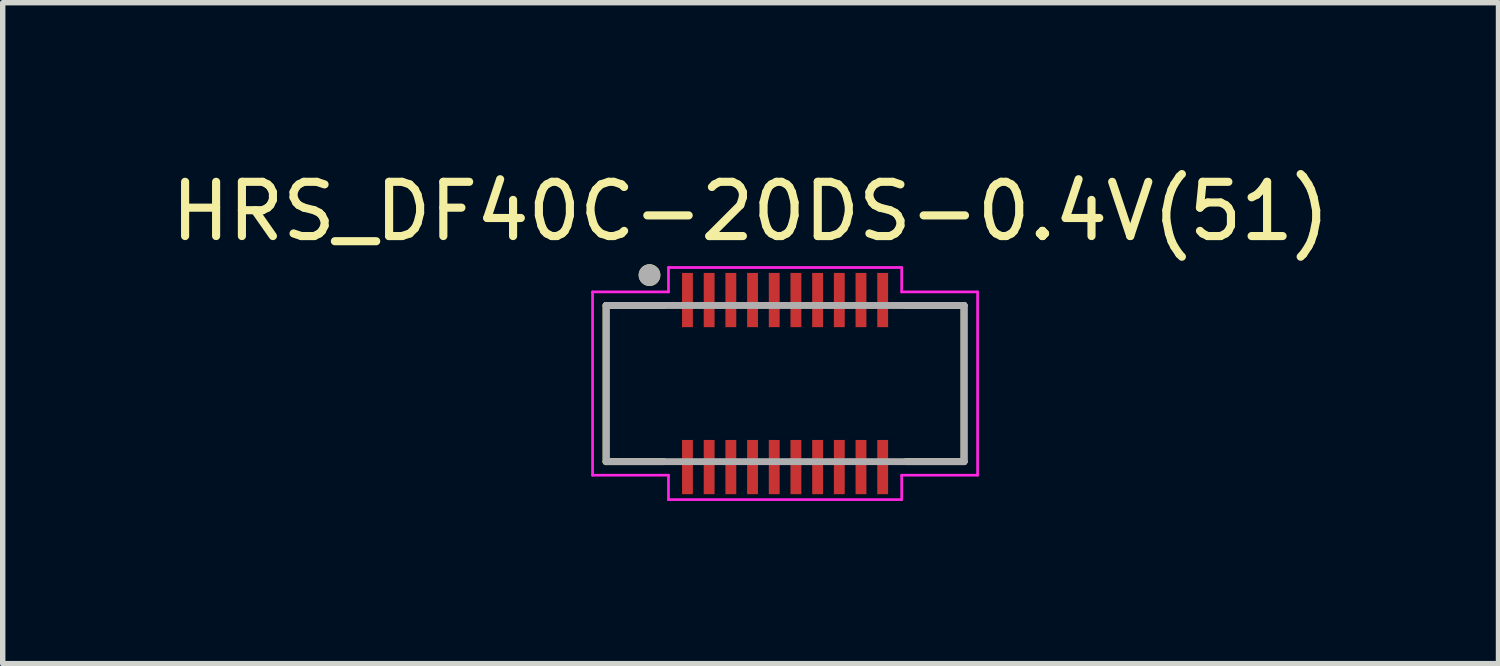
<source format=kicad_pcb>
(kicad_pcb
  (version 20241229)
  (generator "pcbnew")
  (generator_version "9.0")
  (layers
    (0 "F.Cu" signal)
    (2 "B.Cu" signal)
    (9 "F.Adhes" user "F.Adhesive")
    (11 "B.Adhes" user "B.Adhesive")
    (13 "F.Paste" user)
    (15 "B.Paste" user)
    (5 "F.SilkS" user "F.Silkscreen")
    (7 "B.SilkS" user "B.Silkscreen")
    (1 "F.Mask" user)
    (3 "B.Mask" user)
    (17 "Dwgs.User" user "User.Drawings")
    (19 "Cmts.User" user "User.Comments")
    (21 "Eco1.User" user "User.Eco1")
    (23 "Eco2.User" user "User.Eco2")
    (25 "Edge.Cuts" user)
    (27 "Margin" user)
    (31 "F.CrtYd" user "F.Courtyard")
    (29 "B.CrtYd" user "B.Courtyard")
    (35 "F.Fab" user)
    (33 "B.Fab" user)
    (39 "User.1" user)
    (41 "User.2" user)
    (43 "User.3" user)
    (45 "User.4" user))
  (footprint "HRS_DF40C-20DS-0.4V(51)"
    (layer "F.Cu")
    (at 11.427 4.023)
    (property "Reference" "HRS_DF40C-20DS-0.4V(51)" (at -0.635 -3.175 0) (layer "F.SilkS") (effects (font (size 1 1) (thickness 0.15))))
    (attr through_hole)
    (fp_line (start -3.3 -1.44) (end -3.3 1.44) (stroke (width 0.127) (type solid)) (layer "F.SilkS"))
    (fp_line (start -3.3 1.44) (end -2.23 1.44) (stroke (width 0.127) (type solid)) (layer "F.SilkS"))
    (fp_line (start -2.23 -1.44) (end -3.3 -1.44) (stroke (width 0.127) (type solid)) (layer "F.SilkS"))
    (fp_line (start 2.23 -1.44) (end 3.3 -1.44) (stroke (width 0.127) (type solid)) (layer "F.SilkS"))
    (fp_line (start 3.3 -1.44) (end 3.3 1.44) (stroke (width 0.127) (type solid)) (layer "F.SilkS"))
    (fp_line (start 3.3 1.44) (end 2.23 1.44) (stroke (width 0.127) (type solid)) (layer "F.SilkS"))
    (fp_circle (center -2.5 -2) (end -2.4 -2) (stroke (width 0.2) (type solid)) (fill no) (layer "F.SilkS"))
    (fp_poly (pts (xy -1.88 -1.82) (xy -1.72 -1.82) (xy -1.72 -1.26) (xy -1.88 -1.26)) (stroke (width 0.01) (type solid)) (fill yes) (layer "F.Paste"))
    (fp_poly (pts (xy -1.88 1.26) (xy -1.72 1.26) (xy -1.72 1.82) (xy -1.88 1.82)) (stroke (width 0.01) (type solid)) (fill yes) (layer "F.Paste"))
    (fp_poly (pts (xy -1.48 -1.82) (xy -1.32 -1.82) (xy -1.32 -1.26) (xy -1.48 -1.26)) (stroke (width 0.01) (type solid)) (fill yes) (layer "F.Paste"))
    (fp_poly (pts (xy -1.48 1.26) (xy -1.32 1.26) (xy -1.32 1.82) (xy -1.48 1.82)) (stroke (width 0.01) (type solid)) (fill yes) (layer "F.Paste"))
    (fp_poly (pts (xy -1.08 -1.82) (xy -0.92 -1.82) (xy -0.92 -1.26) (xy -1.08 -1.26)) (stroke (width 0.01) (type solid)) (fill yes) (layer "F.Paste"))
    (fp_poly (pts (xy -1.08 1.26) (xy -0.92 1.26) (xy -0.92 1.82) (xy -1.08 1.82)) (stroke (width 0.01) (type solid)) (fill yes) (layer "F.Paste"))
    (fp_poly (pts (xy -0.68 -1.82) (xy -0.52 -1.82) (xy -0.52 -1.26) (xy -0.68 -1.26)) (stroke (width 0.01) (type solid)) (fill yes) (layer "F.Paste"))
    (fp_poly (pts (xy -0.68 1.26) (xy -0.52 1.26) (xy -0.52 1.82) (xy -0.68 1.82)) (stroke (width 0.01) (type solid)) (fill yes) (layer "F.Paste"))
    (fp_poly (pts (xy -0.28 -1.82) (xy -0.12 -1.82) (xy -0.12 -1.26) (xy -0.28 -1.26)) (stroke (width 0.01) (type solid)) (fill yes) (layer "F.Paste"))
    (fp_poly (pts (xy -0.28 1.26) (xy -0.12 1.26) (xy -0.12 1.82) (xy -0.28 1.82)) (stroke (width 0.01) (type solid)) (fill yes) (layer "F.Paste"))
    (fp_poly (pts (xy 0.12 -1.82) (xy 0.28 -1.82) (xy 0.28 -1.26) (xy 0.12 -1.26)) (stroke (width 0.01) (type solid)) (fill yes) (layer "F.Paste"))
    (fp_poly (pts (xy 0.12 1.26) (xy 0.28 1.26) (xy 0.28 1.82) (xy 0.12 1.82)) (stroke (width 0.01) (type solid)) (fill yes) (layer "F.Paste"))
    (fp_poly (pts (xy 0.52 -1.82) (xy 0.68 -1.82) (xy 0.68 -1.26) (xy 0.52 -1.26)) (stroke (width 0.01) (type solid)) (fill yes) (layer "F.Paste"))
    (fp_poly (pts (xy 0.52 1.26) (xy 0.68 1.26) (xy 0.68 1.82) (xy 0.52 1.82)) (stroke (width 0.01) (type solid)) (fill yes) (layer "F.Paste"))
    (fp_poly (pts (xy 0.92 -1.82) (xy 1.08 -1.82) (xy 1.08 -1.26) (xy 0.92 -1.26)) (stroke (width 0.01) (type solid)) (fill yes) (layer "F.Paste"))
    (fp_poly (pts (xy 0.92 1.26) (xy 1.08 1.26) (xy 1.08 1.82) (xy 0.92 1.82)) (stroke (width 0.01) (type solid)) (fill yes) (layer "F.Paste"))
    (fp_poly (pts (xy 1.32 -1.82) (xy 1.48 -1.82) (xy 1.48 -1.26) (xy 1.32 -1.26)) (stroke (width 0.01) (type solid)) (fill yes) (layer "F.Paste"))
    (fp_poly (pts (xy 1.32 1.26) (xy 1.48 1.26) (xy 1.48 1.82) (xy 1.32 1.82)) (stroke (width 0.01) (type solid)) (fill yes) (layer "F.Paste"))
    (fp_poly (pts (xy 1.72 -1.82) (xy 1.88 -1.82) (xy 1.88 -1.26) (xy 1.72 -1.26)) (stroke (width 0.01) (type solid)) (fill yes) (layer "F.Paste"))
    (fp_poly (pts (xy 1.72 1.26) (xy 1.88 1.26) (xy 1.88 1.82) (xy 1.72 1.82)) (stroke (width 0.01) (type solid)) (fill yes) (layer "F.Paste"))
    (fp_line (start -3.55 -1.69) (end -2.15 -1.69) (stroke (width 0.05) (type solid)) (layer "F.CrtYd"))
    (fp_line (start -3.55 1.69) (end -3.55 -1.69) (stroke (width 0.05) (type solid)) (layer "F.CrtYd"))
    (fp_line (start -2.15 -2.14) (end 2.15 -2.14) (stroke (width 0.05) (type solid)) (layer "F.CrtYd"))
    (fp_line (start -2.15 -1.69) (end -2.15 -2.14) (stroke (width 0.05) (type solid)) (layer "F.CrtYd"))
    (fp_line (start -2.15 1.69) (end -3.55 1.69) (stroke (width 0.05) (type solid)) (layer "F.CrtYd"))
    (fp_line (start -2.15 2.14) (end -2.15 1.69) (stroke (width 0.05) (type solid)) (layer "F.CrtYd"))
    (fp_line (start 2.15 -2.14) (end 2.15 -1.69) (stroke (width 0.05) (type solid)) (layer "F.CrtYd"))
    (fp_line (start 2.15 -1.69) (end 3.55 -1.69) (stroke (width 0.05) (type solid)) (layer "F.CrtYd"))
    (fp_line (start 2.15 1.69) (end 2.15 2.14) (stroke (width 0.05) (type solid)) (layer "F.CrtYd"))
    (fp_line (start 2.15 2.14) (end -2.15 2.14) (stroke (width 0.05) (type solid)) (layer "F.CrtYd"))
    (fp_line (start 3.55 -1.69) (end 3.55 1.69) (stroke (width 0.05) (type solid)) (layer "F.CrtYd"))
    (fp_line (start 3.55 1.69) (end 2.15 1.69) (stroke (width 0.05) (type solid)) (layer "F.CrtYd"))
    (fp_line (start -3.3 -1.44) (end 3.3 -1.44) (stroke (width 0.127) (type solid)) (layer "F.Fab"))
    (fp_line (start -3.3 1.44) (end -3.3 -1.44) (stroke (width 0.127) (type solid)) (layer "F.Fab"))
    (fp_line (start 3.3 -1.44) (end 3.3 1.44) (stroke (width 0.127) (type solid)) (layer "F.Fab"))
    (fp_line (start 3.3 1.44) (end -3.3 1.44) (stroke (width 0.127) (type solid)) (layer "F.Fab"))
    (fp_circle (center -2.5 -2) (end -2.4 -2) (stroke (width 0.2) (type solid)) (fill no) (layer "F.Fab"))
    (pad "1" smd rect (at -1.8 -1.54) (size 0.2 1) (layers "F.Cu" "F.Mask"))
    (pad "2" smd rect (at -1.8 1.54) (size 0.2 1) (layers "F.Cu" "F.Mask"))
    (pad "3" smd rect (at -1.4 -1.54) (size 0.2 1) (layers "F.Cu" "F.Mask"))
    (pad "4" smd rect (at -1.4 1.54) (size 0.2 1) (layers "F.Cu" "F.Mask"))
    (pad "5" smd rect (at -1 -1.54) (size 0.2 1) (layers "F.Cu" "F.Mask"))
    (pad "6" smd rect (at -1 1.54) (size 0.2 1) (layers "F.Cu" "F.Mask"))
    (pad "7" smd rect (at -0.6 -1.54) (size 0.2 1) (layers "F.Cu" "F.Mask"))
    (pad "8" smd rect (at -0.6 1.54) (size 0.2 1) (layers "F.Cu" "F.Mask"))
    (pad "9" smd rect (at -0.2 -1.54) (size 0.2 1) (layers "F.Cu" "F.Mask"))
    (pad "10" smd rect (at -0.2 1.54) (size 0.2 1) (layers "F.Cu" "F.Mask"))
    (pad "11" smd rect (at 0.2 -1.54) (size 0.2 1) (layers "F.Cu" "F.Mask"))
    (pad "12" smd rect (at 0.2 1.54) (size 0.2 1) (layers "F.Cu" "F.Mask"))
    (pad "13" smd rect (at 0.6 -1.54) (size 0.2 1) (layers "F.Cu" "F.Mask"))
    (pad "14" smd rect (at 0.6 1.54) (size 0.2 1) (layers "F.Cu" "F.Mask"))
    (pad "15" smd rect (at 1 -1.54) (size 0.2 1) (layers "F.Cu" "F.Mask"))
    (pad "16" smd rect (at 1 1.54) (size 0.2 1) (layers "F.Cu" "F.Mask"))
    (pad "17" smd rect (at 1.4 -1.54) (size 0.2 1) (layers "F.Cu" "F.Mask"))
    (pad "18" smd rect (at 1.4 1.54) (size 0.2 1) (layers "F.Cu" "F.Mask"))
    (pad "19" smd rect (at 1.8 -1.54) (size 0.2 1) (layers "F.Cu" "F.Mask"))
    (pad "20" smd rect (at 1.8 1.54) (size 0.2 1) (layers "F.Cu" "F.Mask"))
    (zone (net_name "") (layer "F.Cu") (hatch full 0.508) (connect_pads) (min_thickness 0.01) (filled_areas_thickness no) (keepout (tracks not_allowed) (vias not_allowed) (pads not_allowed) (copperpour not_allowed) (footprints allowed)) (placement (enabled no)) (fill) (polygon (pts (xy 9.527 2.833) (xy 9.727 2.833) (xy 9.727 3.273) (xy 9.527 3.273))))
    (zone (net_name "") (layer "F.Cu") (hatch full 0.508) (connect_pads) (min_thickness 0.01) (filled_areas_thickness no) (keepout (tracks not_allowed) (vias not_allowed) (pads not_allowed) (copperpour not_allowed) (footprints allowed)) (placement (enabled no)) (fill) (polygon (pts (xy 9.527 4.773) (xy 9.727 4.773) (xy 9.727 5.213) (xy 9.527 5.213))))
    (zone (net_name "") (layer "F.Cu") (hatch full 0.508) (connect_pads) (min_thickness 0.01) (filled_areas_thickness no) (keepout (tracks not_allowed) (vias not_allowed) (pads not_allowed) (copperpour not_allowed) (footprints allowed)) (placement (enabled no)) (fill) (polygon (pts (xy 9.927 2.833) (xy 10.127 2.833) (xy 10.127 3.273) (xy 9.927 3.273))))
    (zone (net_name "") (layer "F.Cu") (hatch full 0.508) (connect_pads) (min_thickness 0.01) (filled_areas_thickness no) (keepout (tracks not_allowed) (vias not_allowed) (pads not_allowed) (copperpour not_allowed) (footprints allowed)) (placement (enabled no)) (fill) (polygon (pts (xy 9.927 4.773) (xy 10.127 4.773) (xy 10.127 5.213) (xy 9.927 5.213))))
    (zone (net_name "") (layer "F.Cu") (hatch full 0.508) (connect_pads) (min_thickness 0.01) (filled_areas_thickness no) (keepout (tracks not_allowed) (vias not_allowed) (pads not_allowed) (copperpour not_allowed) (footprints allowed)) (placement (enabled no)) (fill) (polygon (pts (xy 10.327 2.833) (xy 10.527 2.833) (xy 10.527 3.273) (xy 10.327 3.273))))
    (zone (net_name "") (layer "F.Cu") (hatch full 0.508) (connect_pads) (min_thickness 0.01) (filled_areas_thickness no) (keepout (tracks not_allowed) (vias not_allowed) (pads not_allowed) (copperpour not_allowed) (footprints allowed)) (placement (enabled no)) (fill) (polygon (pts (xy 10.327 4.773) (xy 10.527 4.773) (xy 10.527 5.213) (xy 10.327 5.213))))
    (zone (net_name "") (layer "F.Cu") (hatch full 0.508) (connect_pads) (min_thickness 0.01) (filled_areas_thickness no) (keepout (tracks not_allowed) (vias not_allowed) (pads not_allowed) (copperpour not_allowed) (footprints allowed)) (placement (enabled no)) (fill) (polygon (pts (xy 10.727 2.833) (xy 10.927 2.833) (xy 10.927 3.273) (xy 10.727 3.273))))
    (zone (net_name "") (layer "F.Cu") (hatch full 0.508) (connect_pads) (min_thickness 0.01) (filled_areas_thickness no) (keepout (tracks not_allowed) (vias not_allowed) (pads not_allowed) (copperpour not_allowed) (footprints allowed)) (placement (enabled no)) (fill) (polygon (pts (xy 10.727 4.773) (xy 10.927 4.773) (xy 10.927 5.213) (xy 10.727 5.213))))
    (zone (net_name "") (layer "F.Cu") (hatch full 0.508) (connect_pads) (min_thickness 0.01) (filled_areas_thickness no) (keepout (tracks not_allowed) (vias not_allowed) (pads not_allowed) (copperpour not_allowed) (footprints allowed)) (placement (enabled no)) (fill) (polygon (pts (xy 11.127 2.833) (xy 11.327 2.833) (xy 11.327 3.273) (xy 11.127 3.273))))
    (zone (net_name "") (layer "F.Cu") (hatch full 0.508) (connect_pads) (min_thickness 0.01) (filled_areas_thickness no) (keepout (tracks not_allowed) (vias not_allowed) (pads not_allowed) (copperpour not_allowed) (footprints allowed)) (placement (enabled no)) (fill) (polygon (pts (xy 11.127 4.773) (xy 11.327 4.773) (xy 11.327 5.213) (xy 11.127 5.213))))
    (zone (net_name "") (layer "F.Cu") (hatch full 0.508) (connect_pads) (min_thickness 0.01) (filled_areas_thickness no) (keepout (tracks not_allowed) (vias not_allowed) (pads not_allowed) (copperpour not_allowed) (footprints allowed)) (placement (enabled no)) (fill) (polygon (pts (xy 11.527 2.833) (xy 11.727 2.833) (xy 11.727 3.273) (xy 11.527 3.273))))
    (zone (net_name "") (layer "F.Cu") (hatch full 0.508) (connect_pads) (min_thickness 0.01) (filled_areas_thickness no) (keepout (tracks not_allowed) (vias not_allowed) (pads not_allowed) (copperpour not_allowed) (footprints allowed)) (placement (enabled no)) (fill) (polygon (pts (xy 11.527 4.773) (xy 11.727 4.773) (xy 11.727 5.213) (xy 11.527 5.213))))
    (zone (net_name "") (layer "F.Cu") (hatch full 0.508) (connect_pads) (min_thickness 0.01) (filled_areas_thickness no) (keepout (tracks not_allowed) (vias not_allowed) (pads not_allowed) (copperpour not_allowed) (footprints allowed)) (placement (enabled no)) (fill) (polygon (pts (xy 11.927 2.833) (xy 12.127 2.833) (xy 12.127 3.273) (xy 11.927 3.273))))
    (zone (net_name "") (layer "F.Cu") (hatch full 0.508) (connect_pads) (min_thickness 0.01) (filled_areas_thickness no) (keepout (tracks not_allowed) (vias not_allowed) (pads not_allowed) (copperpour not_allowed) (footprints allowed)) (placement (enabled no)) (fill) (polygon (pts (xy 11.927 4.773) (xy 12.127 4.773) (xy 12.127 5.213) (xy 11.927 5.213))))
    (zone (net_name "") (layer "F.Cu") (hatch full 0.508) (connect_pads) (min_thickness 0.01) (filled_areas_thickness no) (keepout (tracks not_allowed) (vias not_allowed) (pads not_allowed) (copperpour not_allowed) (footprints allowed)) (placement (enabled no)) (fill) (polygon (pts (xy 12.327 2.833) (xy 12.527 2.833) (xy 12.527 3.273) (xy 12.327 3.273))))
    (zone (net_name "") (layer "F.Cu") (hatch full 0.508) (connect_pads) (min_thickness 0.01) (filled_areas_thickness no) (keepout (tracks not_allowed) (vias not_allowed) (pads not_allowed) (copperpour not_allowed) (footprints allowed)) (placement (enabled no)) (fill) (polygon (pts (xy 12.327 4.773) (xy 12.527 4.773) (xy 12.527 5.213) (xy 12.327 5.213))))
    (zone (net_name "") (layer "F.Cu") (hatch full 0.508) (connect_pads) (min_thickness 0.01) (filled_areas_thickness no) (keepout (tracks not_allowed) (vias not_allowed) (pads not_allowed) (copperpour not_allowed) (footprints allowed)) (placement (enabled no)) (fill) (polygon (pts (xy 12.727 2.833) (xy 12.927 2.833) (xy 12.927 3.273) (xy 12.727 3.273))))
    (zone (net_name "") (layer "F.Cu") (hatch full 0.508) (connect_pads) (min_thickness 0.01) (filled_areas_thickness no) (keepout (tracks not_allowed) (vias not_allowed) (pads not_allowed) (copperpour not_allowed) (footprints allowed)) (placement (enabled no)) (fill) (polygon (pts (xy 12.727 4.773) (xy 12.927 4.773) (xy 12.927 5.213) (xy 12.727 5.213))))
    (zone (net_name "") (layer "F.Cu") (hatch full 0.508) (connect_pads) (min_thickness 0.01) (filled_areas_thickness no) (keepout (tracks not_allowed) (vias not_allowed) (pads not_allowed) (copperpour not_allowed) (footprints allowed)) (placement (enabled no)) (fill) (polygon (pts (xy 13.127 2.833) (xy 13.327 2.833) (xy 13.327 3.273) (xy 13.127 3.273))))
    (zone (net_name "") (layer "F.Cu") (hatch full 0.508) (connect_pads) (min_thickness 0.01) (filled_areas_thickness no) (keepout (tracks not_allowed) (vias not_allowed) (pads not_allowed) (copperpour not_allowed) (footprints allowed)) (placement (enabled no)) (fill) (polygon (pts (xy 13.127 4.773) (xy 13.327 4.773) (xy 13.327 5.213) (xy 13.127 5.213))))
    (zone (net_name "") (layers "F.Cu" "B.Cu") (hatch full 0.508) (connect_pads) (min_thickness 0.01) (filled_areas_thickness no) (keepout (tracks allowed) (vias not_allowed) (pads allowed) (copperpour allowed) (footprints allowed)) (placement (enabled no)) (fill) (polygon (pts (xy 9.527 2.833) (xy 9.727 2.833) (xy 9.727 3.273) (xy 9.527 3.273))))
    (zone (net_name "") (layers "F.Cu" "B.Cu") (hatch full 0.508) (connect_pads) (min_thickness 0.01) (filled_areas_thickness no) (keepout (tracks allowed) (vias not_allowed) (pads allowed) (copperpour allowed) (footprints allowed)) (placement (enabled no)) (fill) (polygon (pts (xy 9.527 4.773) (xy 9.727 4.773) (xy 9.727 5.213) (xy 9.527 5.213))))
    (zone (net_name "") (layers "F.Cu" "B.Cu") (hatch full 0.508) (connect_pads) (min_thickness 0.01) (filled_areas_thickness no) (keepout (tracks allowed) (vias not_allowed) (pads allowed) (copperpour allowed) (footprints allowed)) (placement (enabled no)) (fill) (polygon (pts (xy 9.927 2.833) (xy 10.127 2.833) (xy 10.127 3.273) (xy 9.927 3.273))))
    (zone (net_name "") (layers "F.Cu" "B.Cu") (hatch full 0.508) (connect_pads) (min_thickness 0.01) (filled_areas_thickness no) (keepout (tracks allowed) (vias not_allowed) (pads allowed) (copperpour allowed) (footprints allowed)) (placement (enabled no)) (fill) (polygon (pts (xy 9.927 4.773) (xy 10.127 4.773) (xy 10.127 5.213) (xy 9.927 5.213))))
    (zone (net_name "") (layers "F.Cu" "B.Cu") (hatch full 0.508) (connect_pads) (min_thickness 0.01) (filled_areas_thickness no) (keepout (tracks allowed) (vias not_allowed) (pads allowed) (copperpour allowed) (footprints allowed)) (placement (enabled no)) (fill) (polygon (pts (xy 10.327 2.833) (xy 10.527 2.833) (xy 10.527 3.273) (xy 10.327 3.273))))
    (zone (net_name "") (layers "F.Cu" "B.Cu") (hatch full 0.508) (connect_pads) (min_thickness 0.01) (filled_areas_thickness no) (keepout (tracks allowed) (vias not_allowed) (pads allowed) (copperpour allowed) (footprints allowed)) (placement (enabled no)) (fill) (polygon (pts (xy 10.327 4.773) (xy 10.527 4.773) (xy 10.527 5.213) (xy 10.327 5.213))))
    (zone (net_name "") (layers "F.Cu" "B.Cu") (hatch full 0.508) (connect_pads) (min_thickness 0.01) (filled_areas_thickness no) (keepout (tracks allowed) (vias not_allowed) (pads allowed) (copperpour allowed) (footprints allowed)) (placement (enabled no)) (fill) (polygon (pts (xy 10.727 2.833) (xy 10.927 2.833) (xy 10.927 3.273) (xy 10.727 3.273))))
    (zone (net_name "") (layers "F.Cu" "B.Cu") (hatch full 0.508) (connect_pads) (min_thickness 0.01) (filled_areas_thickness no) (keepout (tracks allowed) (vias not_allowed) (pads allowed) (copperpour allowed) (footprints allowed)) (placement (enabled no)) (fill) (polygon (pts (xy 10.727 4.773) (xy 10.927 4.773) (xy 10.927 5.213) (xy 10.727 5.213))))
    (zone (net_name "") (layers "F.Cu" "B.Cu") (hatch full 0.508) (connect_pads) (min_thickness 0.01) (filled_areas_thickness no) (keepout (tracks allowed) (vias not_allowed) (pads allowed) (copperpour allowed) (footprints allowed)) (placement (enabled no)) (fill) (polygon (pts (xy 11.127 2.833) (xy 11.327 2.833) (xy 11.327 3.273) (xy 11.127 3.273))))
    (zone (net_name "") (layers "F.Cu" "B.Cu") (hatch full 0.508) (connect_pads) (min_thickness 0.01) (filled_areas_thickness no) (keepout (tracks allowed) (vias not_allowed) (pads allowed) (copperpour allowed) (footprints allowed)) (placement (enabled no)) (fill) (polygon (pts (xy 11.127 4.773) (xy 11.327 4.773) (xy 11.327 5.213) (xy 11.127 5.213))))
    (zone (net_name "") (layers "F.Cu" "B.Cu") (hatch full 0.508) (connect_pads) (min_thickness 0.01) (filled_areas_thickness no) (keepout (tracks allowed) (vias not_allowed) (pads allowed) (copperpour allowed) (footprints allowed)) (placement (enabled no)) (fill) (polygon (pts (xy 11.527 2.833) (xy 11.727 2.833) (xy 11.727 3.273) (xy 11.527 3.273))))
    (zone (net_name "") (layers "F.Cu" "B.Cu") (hatch full 0.508) (connect_pads) (min_thickness 0.01) (filled_areas_thickness no) (keepout (tracks allowed) (vias not_allowed) (pads allowed) (copperpour allowed) (footprints allowed)) (placement (enabled no)) (fill) (polygon (pts (xy 11.527 4.773) (xy 11.727 4.773) (xy 11.727 5.213) (xy 11.527 5.213))))
    (zone (net_name "") (layers "F.Cu" "B.Cu") (hatch full 0.508) (connect_pads) (min_thickness 0.01) (filled_areas_thickness no) (keepout (tracks allowed) (vias not_allowed) (pads allowed) (copperpour allowed) (footprints allowed)) (placement (enabled no)) (fill) (polygon (pts (xy 11.927 2.833) (xy 12.127 2.833) (xy 12.127 3.273) (xy 11.927 3.273))))
    (zone (net_name "") (layers "F.Cu" "B.Cu") (hatch full 0.508) (connect_pads) (min_thickness 0.01) (filled_areas_thickness no) (keepout (tracks allowed) (vias not_allowed) (pads allowed) (copperpour allowed) (footprints allowed)) (placement (enabled no)) (fill) (polygon (pts (xy 11.927 4.773) (xy 12.127 4.773) (xy 12.127 5.213) (xy 11.927 5.213))))
    (zone (net_name "") (layers "F.Cu" "B.Cu") (hatch full 0.508) (connect_pads) (min_thickness 0.01) (filled_areas_thickness no) (keepout (tracks allowed) (vias not_allowed) (pads allowed) (copperpour allowed) (footprints allowed)) (placement (enabled no)) (fill) (polygon (pts (xy 12.327 2.833) (xy 12.527 2.833) (xy 12.527 3.273) (xy 12.327 3.273))))
    (zone (net_name "") (layers "F.Cu" "B.Cu") (hatch full 0.508) (connect_pads) (min_thickness 0.01) (filled_areas_thickness no) (keepout (tracks allowed) (vias not_allowed) (pads allowed) (copperpour allowed) (footprints allowed)) (placement (enabled no)) (fill) (polygon (pts (xy 12.327 4.773) (xy 12.527 4.773) (xy 12.527 5.213) (xy 12.327 5.213))))
    (zone (net_name "") (layers "F.Cu" "B.Cu") (hatch full 0.508) (connect_pads) (min_thickness 0.01) (filled_areas_thickness no) (keepout (tracks allowed) (vias not_allowed) (pads allowed) (copperpour allowed) (footprints allowed)) (placement (enabled no)) (fill) (polygon (pts (xy 12.727 2.833) (xy 12.927 2.833) (xy 12.927 3.273) (xy 12.727 3.273))))
    (zone (net_name "") (layers "F.Cu" "B.Cu") (hatch full 0.508) (connect_pads) (min_thickness 0.01) (filled_areas_thickness no) (keepout (tracks allowed) (vias not_allowed) (pads allowed) (copperpour allowed) (footprints allowed)) (placement (enabled no)) (fill) (polygon (pts (xy 12.727 4.773) (xy 12.927 4.773) (xy 12.927 5.213) (xy 12.727 5.213))))
    (zone (net_name "") (layers "F.Cu" "B.Cu") (hatch full 0.508) (connect_pads) (min_thickness 0.01) (filled_areas_thickness no) (keepout (tracks allowed) (vias not_allowed) (pads allowed) (copperpour allowed) (footprints allowed)) (placement (enabled no)) (fill) (polygon (pts (xy 13.127 2.833) (xy 13.327 2.833) (xy 13.327 3.273) (xy 13.127 3.273))))
    (zone (net_name "") (layers "F.Cu" "B.Cu") (hatch full 0.508) (connect_pads) (min_thickness 0.01) (filled_areas_thickness no) (keepout (tracks allowed) (vias not_allowed) (pads allowed) (copperpour allowed) (footprints allowed)) (placement (enabled no)) (fill) (polygon (pts (xy 13.127 4.773) (xy 13.327 4.773) (xy 13.327 5.213) (xy 13.127 5.213)))))
  (gr_rect
    (start -3 -3)
    (end 24.583 9.188)
    (stroke (width 0.1) (type default))
    (fill no)
    (layer "Edge.Cuts")))
</source>
